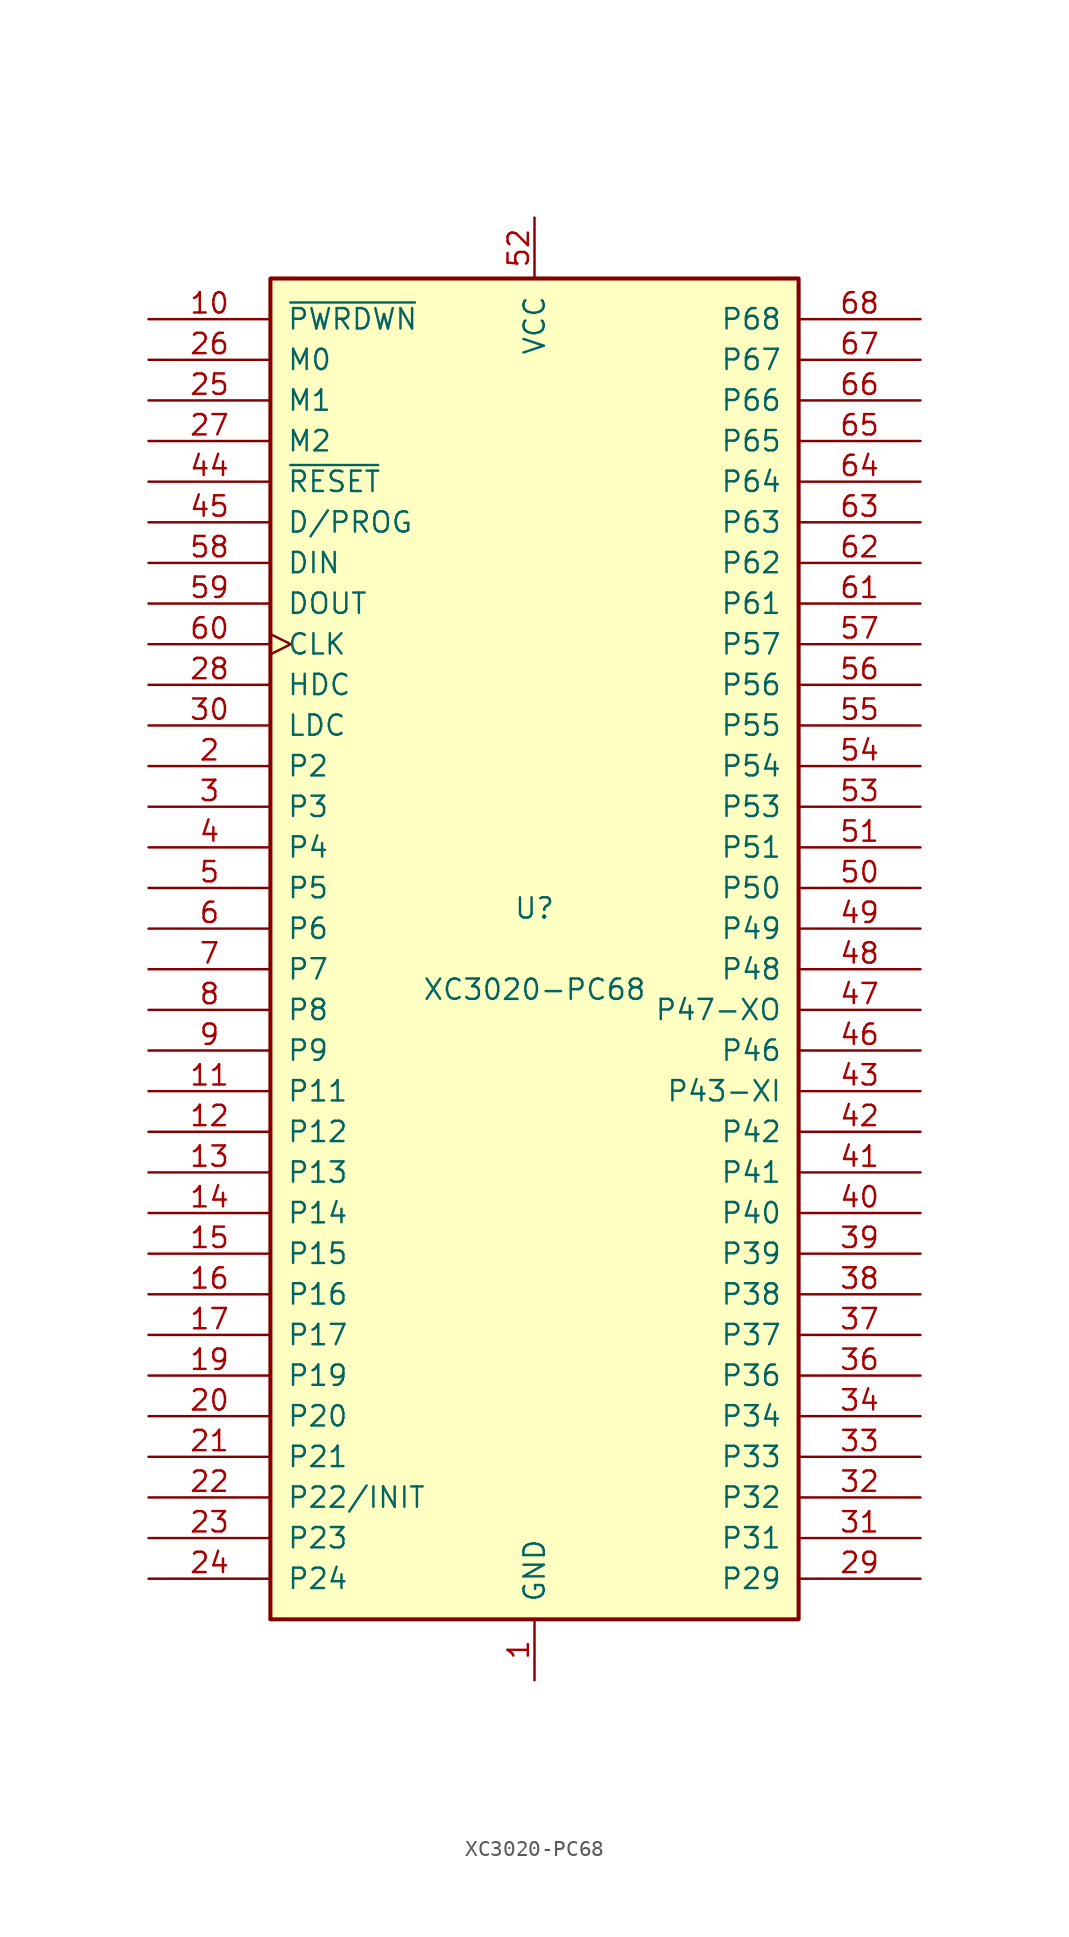
<source format=kicad_sym>
(kicad_symbol_lib
  (version 20241209)
  (generator "kicad_symbol_editor")
  (generator_version "9.0")
  (symbol "XC3020-PC68"
    (pin_names
      (offset 1.016))
    (property "Reference" "U"
      (at 0 2.54 0)
      (effects (font (size 1.27 1.27))))
    (property "Value" "XC3020-PC68"
      (at 0 -2.54 0)
      (effects (font (size 1.27 1.27))))
    (symbol "XC3020-PC68_0_1"
      (rectangle (start -16.51 -41.91) (end 16.51 41.91) (stroke (width 0.254) (type default)) (fill (type background))))
    (symbol "XC3020-PC68_1_1"
      (pin input line (at -24.13 39.37 0) (length 7.62) (name "~{PWRDWN}" (effects (font (size 1.27 1.27)))) (number "10" (effects (font (size 1.27 1.27)))))
      (pin input line (at -24.13 36.83 0) (length 7.62) (name "M0" (effects (font (size 1.27 1.27)))) (number "26" (effects (font (size 1.27 1.27)))))
      (pin input line (at -24.13 34.29 0) (length 7.62) (name "M1" (effects (font (size 1.27 1.27)))) (number "25" (effects (font (size 1.27 1.27)))))
      (pin bidirectional line (at -24.13 31.75 0) (length 7.62) (name "M2" (effects (font (size 1.27 1.27)))) (number "27" (effects (font (size 1.27 1.27)))))
      (pin input line (at -24.13 29.21 0) (length 7.62) (name "~{RESET}" (effects (font (size 1.27 1.27)))) (number "44" (effects (font (size 1.27 1.27)))))
      (pin bidirectional line (at -24.13 26.67 0) (length 7.62) (name "D/PROG" (effects (font (size 1.27 1.27)))) (number "45" (effects (font (size 1.27 1.27)))))
      (pin bidirectional line (at -24.13 24.13 0) (length 7.62) (name "DIN" (effects (font (size 1.27 1.27)))) (number "58" (effects (font (size 1.27 1.27)))))
      (pin bidirectional line (at -24.13 21.59 0) (length 7.62) (name "DOUT" (effects (font (size 1.27 1.27)))) (number "59" (effects (font (size 1.27 1.27)))))
      (pin input clock (at -24.13 19.05 0) (length 7.62) (name "CLK" (effects (font (size 1.27 1.27)))) (number "60" (effects (font (size 1.27 1.27)))))
      (pin output line (at -24.13 16.51 0) (length 7.62) (name "HDC" (effects (font (size 1.27 1.27)))) (number "28" (effects (font (size 1.27 1.27)))))
      (pin output line (at -24.13 13.97 0) (length 7.62) (name "LDC" (effects (font (size 1.27 1.27)))) (number "30" (effects (font (size 1.27 1.27)))))
      (pin passive line (at -24.13 11.43 0) (length 7.62) (name "P2" (effects (font (size 1.27 1.27)))) (number "2" (effects (font (size 1.27 1.27)))))
      (pin passive line (at -24.13 8.89 0) (length 7.62) (name "P3" (effects (font (size 1.27 1.27)))) (number "3" (effects (font (size 1.27 1.27)))))
      (pin passive line (at -24.13 6.35 0) (length 7.62) (name "P4" (effects (font (size 1.27 1.27)))) (number "4" (effects (font (size 1.27 1.27)))))
      (pin passive line (at -24.13 3.81 0) (length 7.62) (name "P5" (effects (font (size 1.27 1.27)))) (number "5" (effects (font (size 1.27 1.27)))))
      (pin passive line (at -24.13 1.27 0) (length 7.62) (name "P6" (effects (font (size 1.27 1.27)))) (number "6" (effects (font (size 1.27 1.27)))))
      (pin passive line (at -24.13 -1.27 0) (length 7.62) (name "P7" (effects (font (size 1.27 1.27)))) (number "7" (effects (font (size 1.27 1.27)))))
      (pin passive line (at -24.13 -3.81 0) (length 7.62) (name "P8" (effects (font (size 1.27 1.27)))) (number "8" (effects (font (size 1.27 1.27)))))
      (pin passive line (at -24.13 -6.35 0) (length 7.62) (name "P9" (effects (font (size 1.27 1.27)))) (number "9" (effects (font (size 1.27 1.27)))))
      (pin passive line (at -24.13 -8.89 0) (length 7.62) (name "P11" (effects (font (size 1.27 1.27)))) (number "11" (effects (font (size 1.27 1.27)))))
      (pin passive line (at -24.13 -11.43 0) (length 7.62) (name "P12" (effects (font (size 1.27 1.27)))) (number "12" (effects (font (size 1.27 1.27)))))
      (pin passive line (at -24.13 -13.97 0) (length 7.62) (name "P13" (effects (font (size 1.27 1.27)))) (number "13" (effects (font (size 1.27 1.27)))))
      (pin passive line (at -24.13 -16.51 0) (length 7.62) (name "P14" (effects (font (size 1.27 1.27)))) (number "14" (effects (font (size 1.27 1.27)))))
      (pin passive line (at -24.13 -19.05 0) (length 7.62) (name "P15" (effects (font (size 1.27 1.27)))) (number "15" (effects (font (size 1.27 1.27)))))
      (pin passive line (at -24.13 -21.59 0) (length 7.62) (name "P16" (effects (font (size 1.27 1.27)))) (number "16" (effects (font (size 1.27 1.27)))))
      (pin passive line (at -24.13 -24.13 0) (length 7.62) (name "P17" (effects (font (size 1.27 1.27)))) (number "17" (effects (font (size 1.27 1.27)))))
      (pin passive line (at -24.13 -26.67 0) (length 7.62) (name "P19" (effects (font (size 1.27 1.27)))) (number "19" (effects (font (size 1.27 1.27)))))
      (pin passive line (at -24.13 -29.21 0) (length 7.62) (name "P20" (effects (font (size 1.27 1.27)))) (number "20" (effects (font (size 1.27 1.27)))))
      (pin passive line (at -24.13 -31.75 0) (length 7.62) (name "P21" (effects (font (size 1.27 1.27)))) (number "21" (effects (font (size 1.27 1.27)))))
      (pin passive line (at -24.13 -34.29 0) (length 7.62) (name "P22/INIT" (effects (font (size 1.27 1.27)))) (number "22" (effects (font (size 1.27 1.27)))))
      (pin passive line (at -24.13 -36.83 0) (length 7.62) (name "P23" (effects (font (size 1.27 1.27)))) (number "23" (effects (font (size 1.27 1.27)))))
      (pin passive line (at -24.13 -39.37 0) (length 7.62) (name "P24" (effects (font (size 1.27 1.27)))) (number "24" (effects (font (size 1.27 1.27)))))
      (pin passive line (at 0 45.72 270) (length 3.81) (hide yes) (name "VCC" (effects (font (size 1.27 1.27)))) (number "18" (effects (font (size 1.27 1.27)))))
      (pin power_in line (at 0 45.72 270) (length 3.81) (name "VCC" (effects (font (size 1.27 1.27)))) (number "52" (effects (font (size 1.27 1.27)))))
      (pin power_in line (at 0 -45.72 90) (length 3.81) (name "GND" (effects (font (size 1.27 1.27)))) (number "1" (effects (font (size 1.27 1.27)))))
      (pin passive line (at 0 -45.72 90) (length 3.81) (hide yes) (name "GND" (effects (font (size 1.27 1.27)))) (number "35" (effects (font (size 1.27 1.27)))))
      (pin passive line (at 24.13 39.37 180) (length 7.62) (name "P68" (effects (font (size 1.27 1.27)))) (number "68" (effects (font (size 1.27 1.27)))))
      (pin passive line (at 24.13 36.83 180) (length 7.62) (name "P67" (effects (font (size 1.27 1.27)))) (number "67" (effects (font (size 1.27 1.27)))))
      (pin passive line (at 24.13 34.29 180) (length 7.62) (name "P66" (effects (font (size 1.27 1.27)))) (number "66" (effects (font (size 1.27 1.27)))))
      (pin passive line (at 24.13 31.75 180) (length 7.62) (name "P65" (effects (font (size 1.27 1.27)))) (number "65" (effects (font (size 1.27 1.27)))))
      (pin passive line (at 24.13 29.21 180) (length 7.62) (name "P64" (effects (font (size 1.27 1.27)))) (number "64" (effects (font (size 1.27 1.27)))))
      (pin passive line (at 24.13 26.67 180) (length 7.62) (name "P63" (effects (font (size 1.27 1.27)))) (number "63" (effects (font (size 1.27 1.27)))))
      (pin passive line (at 24.13 24.13 180) (length 7.62) (name "P62" (effects (font (size 1.27 1.27)))) (number "62" (effects (font (size 1.27 1.27)))))
      (pin passive line (at 24.13 21.59 180) (length 7.62) (name "P61" (effects (font (size 1.27 1.27)))) (number "61" (effects (font (size 1.27 1.27)))))
      (pin passive line (at 24.13 19.05 180) (length 7.62) (name "P57" (effects (font (size 1.27 1.27)))) (number "57" (effects (font (size 1.27 1.27)))))
      (pin passive line (at 24.13 16.51 180) (length 7.62) (name "P56" (effects (font (size 1.27 1.27)))) (number "56" (effects (font (size 1.27 1.27)))))
      (pin passive line (at 24.13 13.97 180) (length 7.62) (name "P55" (effects (font (size 1.27 1.27)))) (number "55" (effects (font (size 1.27 1.27)))))
      (pin passive line (at 24.13 11.43 180) (length 7.62) (name "P54" (effects (font (size 1.27 1.27)))) (number "54" (effects (font (size 1.27 1.27)))))
      (pin passive line (at 24.13 8.89 180) (length 7.62) (name "P53" (effects (font (size 1.27 1.27)))) (number "53" (effects (font (size 1.27 1.27)))))
      (pin passive line (at 24.13 6.35 180) (length 7.62) (name "P51" (effects (font (size 1.27 1.27)))) (number "51" (effects (font (size 1.27 1.27)))))
      (pin passive line (at 24.13 3.81 180) (length 7.62) (name "P50" (effects (font (size 1.27 1.27)))) (number "50" (effects (font (size 1.27 1.27)))))
      (pin passive line (at 24.13 1.27 180) (length 7.62) (name "P49" (effects (font (size 1.27 1.27)))) (number "49" (effects (font (size 1.27 1.27)))))
      (pin passive line (at 24.13 -1.27 180) (length 7.62) (name "P48" (effects (font (size 1.27 1.27)))) (number "48" (effects (font (size 1.27 1.27)))))
      (pin passive line (at 24.13 -3.81 180) (length 7.62) (name "P47-XO" (effects (font (size 1.27 1.27)))) (number "47" (effects (font (size 1.27 1.27)))))
      (pin passive line (at 24.13 -6.35 180) (length 7.62) (name "P46" (effects (font (size 1.27 1.27)))) (number "46" (effects (font (size 1.27 1.27)))))
      (pin passive line (at 24.13 -8.89 180) (length 7.62) (name "P43-XI" (effects (font (size 1.27 1.27)))) (number "43" (effects (font (size 1.27 1.27)))))
      (pin passive line (at 24.13 -11.43 180) (length 7.62) (name "P42" (effects (font (size 1.27 1.27)))) (number "42" (effects (font (size 1.27 1.27)))))
      (pin passive line (at 24.13 -13.97 180) (length 7.62) (name "P41" (effects (font (size 1.27 1.27)))) (number "41" (effects (font (size 1.27 1.27)))))
      (pin passive line (at 24.13 -16.51 180) (length 7.62) (name "P40" (effects (font (size 1.27 1.27)))) (number "40" (effects (font (size 1.27 1.27)))))
      (pin passive line (at 24.13 -19.05 180) (length 7.62) (name "P39" (effects (font (size 1.27 1.27)))) (number "39" (effects (font (size 1.27 1.27)))))
      (pin passive line (at 24.13 -21.59 180) (length 7.62) (name "P38" (effects (font (size 1.27 1.27)))) (number "38" (effects (font (size 1.27 1.27)))))
      (pin passive line (at 24.13 -24.13 180) (length 7.62) (name "P37" (effects (font (size 1.27 1.27)))) (number "37" (effects (font (size 1.27 1.27)))))
      (pin passive line (at 24.13 -26.67 180) (length 7.62) (name "P36" (effects (font (size 1.27 1.27)))) (number "36" (effects (font (size 1.27 1.27)))))
      (pin passive line (at 24.13 -29.21 180) (length 7.62) (name "P34" (effects (font (size 1.27 1.27)))) (number "34" (effects (font (size 1.27 1.27)))))
      (pin passive line (at 24.13 -31.75 180) (length 7.62) (name "P33" (effects (font (size 1.27 1.27)))) (number "33" (effects (font (size 1.27 1.27)))))
      (pin passive line (at 24.13 -34.29 180) (length 7.62) (name "P32" (effects (font (size 1.27 1.27)))) (number "32" (effects (font (size 1.27 1.27)))))
      (pin passive line (at 24.13 -36.83 180) (length 7.62) (name "P31" (effects (font (size 1.27 1.27)))) (number "31" (effects (font (size 1.27 1.27)))))
      (pin passive line (at 24.13 -39.37 180) (length 7.62) (name "P29" (effects (font (size 1.27 1.27)))) (number "29" (effects (font (size 1.27 1.27))))))))
</source>
